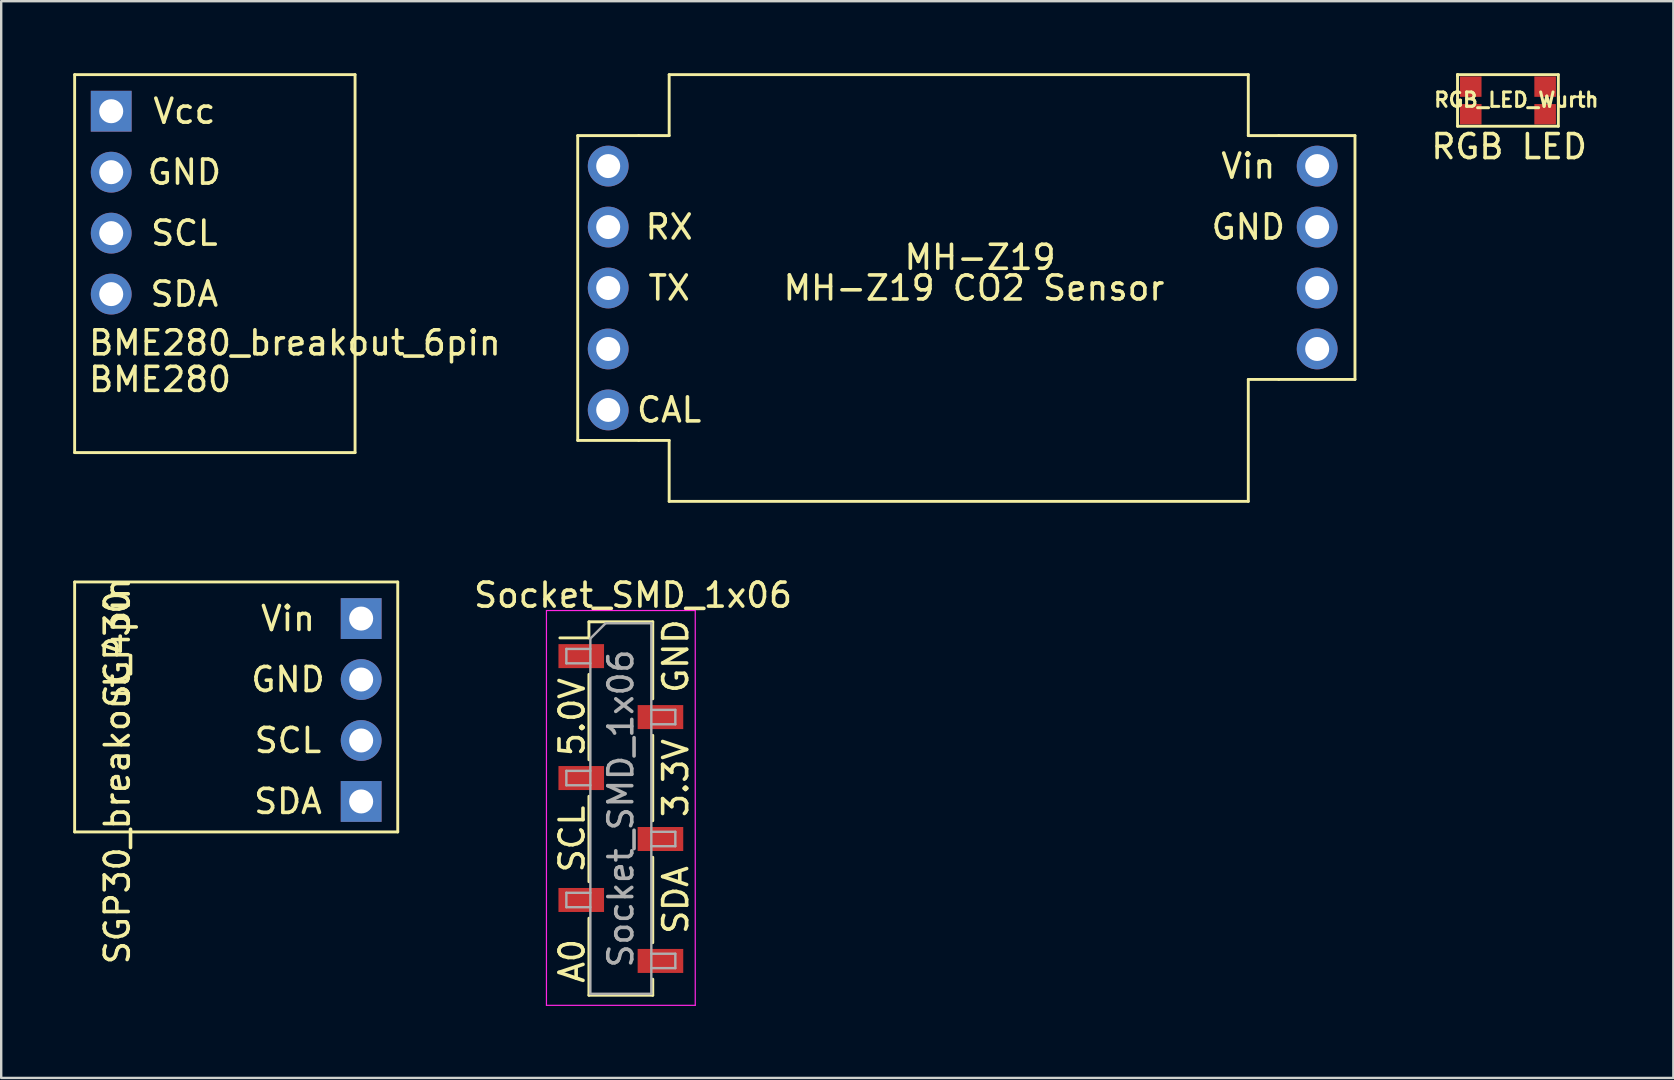
<source format=kicad_pcb>
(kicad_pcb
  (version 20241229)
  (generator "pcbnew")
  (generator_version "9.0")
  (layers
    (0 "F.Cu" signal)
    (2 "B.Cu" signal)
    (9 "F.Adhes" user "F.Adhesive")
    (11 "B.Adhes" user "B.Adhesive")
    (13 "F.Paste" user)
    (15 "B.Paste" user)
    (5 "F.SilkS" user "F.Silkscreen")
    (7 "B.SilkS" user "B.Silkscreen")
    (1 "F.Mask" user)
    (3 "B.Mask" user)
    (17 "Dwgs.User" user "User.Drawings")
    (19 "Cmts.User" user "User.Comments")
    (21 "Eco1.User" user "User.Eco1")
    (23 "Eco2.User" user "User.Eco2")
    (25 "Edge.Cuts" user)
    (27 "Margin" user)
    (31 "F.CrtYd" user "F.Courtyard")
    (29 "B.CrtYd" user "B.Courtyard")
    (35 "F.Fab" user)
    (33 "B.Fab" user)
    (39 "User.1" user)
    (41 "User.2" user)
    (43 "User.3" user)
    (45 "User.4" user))
  (footprint "BME280_breakout_6pin"
    (layer "F.Cu")
    (at 0.568 10.22)
    (property "Reference" "BME280_breakout_6pin" (at 0 1.016 0) (layer "F.SilkS") (effects (font (size 1 1) (thickness 0.15)) (justify left)))
    (attr through_hole)
    (fp_line (start -0.508 -10.16) (end 11.176 -10.16) (stroke (width 0.12) (type solid)) (layer "F.SilkS"))
    (fp_line (start -0.508 5.588) (end -0.508 -10.16) (stroke (width 0.12) (type solid)) (layer "F.SilkS"))
    (fp_line (start 11.176 -10.16) (end 11.176 5.588) (stroke (width 0.12) (type solid)) (layer "F.SilkS"))
    (fp_line (start 11.176 5.588) (end -0.508 5.588) (stroke (width 0.12) (type solid)) (layer "F.SilkS"))
    (fp_text user "SCL" (at 4.064 -3.556 0) (layer "F.SilkS") (effects (font (size 1 1) (thickness 0.15))))
    (fp_text user "GND" (at 4.064 -6.096 0) (layer "F.SilkS") (effects (font (size 1 1) (thickness 0.15))))
    (fp_text user "Vcc" (at 4.064 -8.636 0) (layer "F.SilkS") (effects (font (size 1 1) (thickness 0.15))))
    (fp_text user "BME280" (at 0 2.54 0) (layer "F.SilkS") (effects (font (size 1 1) (thickness 0.15)) (justify left)))
    (fp_text user "SDA" (at 4.064 -1.016 0) (layer "F.SilkS") (effects (font (size 1 1) (thickness 0.15))))
    (pad "1" thru_hole rect (at 1.016 -8.636) (size 1.7 1.7) (drill 1) (layers "*.Cu" "*.Mask"))
    (pad "2" thru_hole oval (at 1.016 -6.096) (size 1.7 1.7) (drill 1) (layers "*.Cu" "*.Mask"))
    (pad "3" thru_hole oval (at 1.016 -3.556) (size 1.7 1.7) (drill 1) (layers "*.Cu" "*.Mask"))
    (pad "4" thru_hole oval (at 1.016 -1.016) (size 1.7 1.7) (drill 1) (layers "*.Cu" "*.Mask")))
  (footprint "MH-Z19"
    (layer "F.Cu")
    (at 22.291 3.87)
    (property "Reference" "MH-Z19" (at 15.494 3.802 0) (layer "F.SilkS") (effects (font (size 1 1) (thickness 0.15))))
    (attr through_hole)
    (fp_line (start -1.27 -1.27) (end -1.27 11.43) (stroke (width 0.12) (type solid)) (layer "F.SilkS"))
    (fp_line (start -1.27 11.43) (end 1.27 11.43) (stroke (width 0.12) (type solid)) (layer "F.SilkS"))
    (fp_line (start 1.27 -1.27) (end -1.27 -1.27) (stroke (width 0.12) (type solid)) (layer "F.SilkS"))
    (fp_line (start 1.27 11.43) (end 2.54 11.43) (stroke (width 0.12) (type solid)) (layer "F.SilkS"))
    (fp_line (start 2.54 -3.81) (end 2.54 -1.27) (stroke (width 0.12) (type solid)) (layer "F.SilkS"))
    (fp_line (start 2.54 -1.27) (end 1.27 -1.27) (stroke (width 0.12) (type solid)) (layer "F.SilkS"))
    (fp_line (start 2.54 11.43) (end 2.54 13.97) (stroke (width 0.12) (type solid)) (layer "F.SilkS"))
    (fp_line (start 2.54 13.97) (end 26.67 13.97) (stroke (width 0.12) (type solid)) (layer "F.SilkS"))
    (fp_line (start 26.67 -3.81) (end 2.54 -3.81) (stroke (width 0.12) (type solid)) (layer "F.SilkS"))
    (fp_line (start 26.67 -1.27) (end 26.67 -3.81) (stroke (width 0.12) (type solid)) (layer "F.SilkS"))
    (fp_line (start 26.67 8.89) (end 27.94 8.89) (stroke (width 0.12) (type solid)) (layer "F.SilkS"))
    (fp_line (start 26.67 13.97) (end 26.67 8.89) (stroke (width 0.12) (type solid)) (layer "F.SilkS"))
    (fp_line (start 27.94 -1.27) (end 26.67 -1.27) (stroke (width 0.12) (type solid)) (layer "F.SilkS"))
    (fp_line (start 27.94 -1.27) (end 31.115 -1.27) (stroke (width 0.12) (type solid)) (layer "F.SilkS"))
    (fp_line (start 31.115 -1.27) (end 31.115 8.89) (stroke (width 0.12) (type solid)) (layer "F.SilkS"))
    (fp_line (start 31.115 8.89) (end 27.94 8.89) (stroke (width 0.12) (type solid)) (layer "F.SilkS"))
    (fp_text user "GND" (at 26.67 2.54 0) (layer "F.SilkS") (effects (font (size 1 1) (thickness 0.15))))
    (fp_text user "RX" (at 2.54 2.54 0) (layer "F.SilkS") (effects (font (size 1 1) (thickness 0.15))))
    (fp_text user "Vin" (at 26.67 0 0) (layer "F.SilkS") (effects (font (size 1 1) (thickness 0.15))))
    (fp_text user "TX" (at 2.54 5.08 0) (layer "F.SilkS") (effects (font (size 1 1) (thickness 0.15))))
    (fp_text user "CAL" (at 2.54 10.16 0) (layer "F.SilkS") (effects (font (size 1 1) (thickness 0.15))))
    (fp_text user "MH-Z19 CO2 Sensor" (at 15.24 5.08 0) (layer "F.SilkS") (effects (font (size 1 1) (thickness 0.15))))
    (pad "1" thru_hole circle (at 0 0) (size 1.7 1.7) (drill 1) (layers "*.Cu" "*.Mask"))
    (pad "2" thru_hole circle (at 0 2.54) (size 1.7 1.7) (drill 1) (layers "*.Cu" "*.Mask"))
    (pad "3" thru_hole circle (at 0 5.08) (size 1.7 1.7) (drill 1) (layers "*.Cu" "*.Mask"))
    (pad "4" thru_hole circle (at 0 7.62) (size 1.7 1.7) (drill 1) (layers "*.Cu" "*.Mask"))
    (pad "5" thru_hole circle (at 0 10.16) (size 1.7 1.7) (drill 1) (layers "*.Cu" "*.Mask"))
    (pad "6" thru_hole circle (at 29.54 0) (size 1.7 1.7) (drill 1) (layers "*.Cu" "*.Mask"))
    (pad "7" thru_hole circle (at 29.54 2.54) (size 1.7 1.7) (drill 1) (layers "*.Cu" "*.Mask"))
    (pad "8" thru_hole circle (at 29.54 5.08) (size 1.7 1.7) (drill 1) (layers "*.Cu" "*.Mask"))
    (pad "9" thru_hole circle (at 29.54 7.62) (size 1.7 1.7) (drill 1) (layers "*.Cu" "*.Mask")))
  (footprint "SGP30_breakout_4pin"
    (layer "F.Cu")
    (at 11.998 22.723)
    (property "Reference" "SGP30_breakout_4pin" (at -10.16 6.35 90) (layer "F.SilkS") (effects (font (size 1 1) (thickness 0.15))))
    (attr through_hole)
    (fp_line (start -11.938 8.89) (end -11.938 -1.524) (stroke (width 0.12) (type solid)) (layer "F.SilkS"))
    (fp_line (start 1.524 -1.524) (end -11.938 -1.524) (stroke (width 0.12) (type solid)) (layer "F.SilkS"))
    (fp_line (start 1.524 -1.524) (end 1.524 8.89) (stroke (width 0.12) (type solid)) (layer "F.SilkS"))
    (fp_line (start 1.524 8.89) (end -11.938 8.89) (stroke (width 0.12) (type solid)) (layer "F.SilkS"))
    (fp_text user "GND" (at -3.048 2.54 0) (layer "F.SilkS") (effects (font (size 1 1) (thickness 0.15))))
    (fp_text user "SGP30" (at -10.16 1.27 90) (layer "F.SilkS") (effects (font (size 1 1) (thickness 0.15))))
    (fp_text user "SCL" (at -3.048 5.08 0) (layer "F.SilkS") (effects (font (size 1 1) (thickness 0.15))))
    (fp_text user "SDA" (at -3.048 7.62 0) (layer "F.SilkS") (effects (font (size 1 1) (thickness 0.15))))
    (fp_text user "Vin" (at -3.048 0 0) (layer "F.SilkS") (effects (font (size 1 1) (thickness 0.15))))
    (pad "1" thru_hole rect (at 0 0) (size 1.7 1.7) (drill 1) (layers "*.Cu" "*.Mask"))
    (pad "2" thru_hole circle (at 0 2.54) (size 1.7 1.7) (drill 1) (layers "*.Cu" "*.Mask"))
    (pad "3" thru_hole circle (at 0 5.08) (size 1.7 1.7) (drill 1) (layers "*.Cu" "*.Mask"))
    (pad "4" thru_hole rect (at 0 7.62) (size 1.7 1.7) (drill 1) (layers "*.Cu" "*.Mask")))
  (footprint "Socket_SMD_1x06"
    (layer "F.Cu")
    (at 23.326 29.368)
    (property "Reference" "Socket_SMD_1x06" (at 0 -7.62 0) (layer "F.SilkS") (effects (font (size 1 1) (thickness 0.15))))
    (attr through_hole)
    (fp_line (start -3.048 -5.84) (end -1.838 -5.84) (stroke (width 0.12) (type solid)) (layer "F.SilkS"))
    (fp_line (start -1.838 -6.51) (end -1.838 -5.84) (stroke (width 0.12) (type solid)) (layer "F.SilkS"))
    (fp_line (start -1.838 -6.51) (end 0.822 -6.51) (stroke (width 0.12) (type solid)) (layer "F.SilkS"))
    (fp_line (start -1.838 -4.32) (end -1.838 -0.76) (stroke (width 0.12) (type solid)) (layer "F.SilkS"))
    (fp_line (start -1.838 0.76) (end -1.838 4.32) (stroke (width 0.12) (type solid)) (layer "F.SilkS"))
    (fp_line (start -1.838 5.84) (end -1.838 9.05) (stroke (width 0.12) (type solid)) (layer "F.SilkS"))
    (fp_line (start -1.838 9.05) (end 0.822 9.05) (stroke (width 0.12) (type solid)) (layer "F.SilkS"))
    (fp_line (start 0.822 -6.51) (end 0.822 -3.3) (stroke (width 0.12) (type solid)) (layer "F.SilkS"))
    (fp_line (start 0.822 -1.78) (end 0.822 1.78) (stroke (width 0.12) (type solid)) (layer "F.SilkS"))
    (fp_line (start 0.822 3.3) (end 0.822 6.86) (stroke (width 0.12) (type solid)) (layer "F.SilkS"))
    (fp_line (start 0.822 8.38) (end 0.822 9.05) (stroke (width 0.12) (type solid)) (layer "F.SilkS"))
    (fp_line (start -3.608 -6.98) (end 2.592 -6.98) (stroke (width 0.05) (type solid)) (layer "F.CrtYd"))
    (fp_line (start -3.608 9.47) (end -3.608 -6.98) (stroke (width 0.05) (type solid)) (layer "F.CrtYd"))
    (fp_line (start 2.592 -6.98) (end 2.592 9.47) (stroke (width 0.05) (type solid)) (layer "F.CrtYd"))
    (fp_line (start 2.592 9.47) (end -3.608 9.47) (stroke (width 0.05) (type solid)) (layer "F.CrtYd"))
    (fp_line (start -2.778 -5.38) (end -1.778 -5.38) (stroke (width 0.1) (type solid)) (layer "F.Fab"))
    (fp_line (start -2.778 -4.78) (end -2.778 -5.38) (stroke (width 0.1) (type solid)) (layer "F.Fab"))
    (fp_line (start -2.778 -0.3) (end -1.778 -0.3) (stroke (width 0.1) (type solid)) (layer "F.Fab"))
    (fp_line (start -2.778 0.3) (end -2.778 -0.3) (stroke (width 0.1) (type solid)) (layer "F.Fab"))
    (fp_line (start -2.778 4.78) (end -1.778 4.78) (stroke (width 0.1) (type solid)) (layer "F.Fab"))
    (fp_line (start -2.778 5.38) (end -2.778 4.78) (stroke (width 0.1) (type solid)) (layer "F.Fab"))
    (fp_line (start -1.778 -5.815) (end -1.143 -6.45) (stroke (width 0.1) (type solid)) (layer "F.Fab"))
    (fp_line (start -1.778 -4.78) (end -2.778 -4.78) (stroke (width 0.1) (type solid)) (layer "F.Fab"))
    (fp_line (start -1.778 0.3) (end -2.778 0.3) (stroke (width 0.1) (type solid)) (layer "F.Fab"))
    (fp_line (start -1.778 5.38) (end -2.778 5.38) (stroke (width 0.1) (type solid)) (layer "F.Fab"))
    (fp_line (start -1.778 8.99) (end -1.778 -5.815) (stroke (width 0.1) (type solid)) (layer "F.Fab"))
    (fp_line (start -1.143 -6.45) (end 0.762 -6.45) (stroke (width 0.1) (type solid)) (layer "F.Fab"))
    (fp_line (start 0.762 -6.45) (end 0.762 8.99) (stroke (width 0.1) (type solid)) (layer "F.Fab"))
    (fp_line (start 0.762 -2.84) (end 1.762 -2.84) (stroke (width 0.1) (type solid)) (layer "F.Fab"))
    (fp_line (start 0.762 2.24) (end 1.762 2.24) (stroke (width 0.1) (type solid)) (layer "F.Fab"))
    (fp_line (start 0.762 7.32) (end 1.762 7.32) (stroke (width 0.1) (type solid)) (layer "F.Fab"))
    (fp_line (start 0.762 8.99) (end -1.778 8.99) (stroke (width 0.1) (type solid)) (layer "F.Fab"))
    (fp_line (start 1.762 -2.84) (end 1.762 -2.24) (stroke (width 0.1) (type solid)) (layer "F.Fab"))
    (fp_line (start 1.762 -2.24) (end 0.762 -2.24) (stroke (width 0.1) (type solid)) (layer "F.Fab"))
    (fp_line (start 1.762 2.24) (end 1.762 2.84) (stroke (width 0.1) (type solid)) (layer "F.Fab"))
    (fp_line (start 1.762 2.84) (end 0.762 2.84) (stroke (width 0.1) (type solid)) (layer "F.Fab"))
    (fp_line (start 1.762 7.32) (end 1.762 7.92) (stroke (width 0.1) (type solid)) (layer "F.Fab"))
    (fp_line (start 1.762 7.92) (end 0.762 7.92) (stroke (width 0.1) (type solid)) (layer "F.Fab"))
    (fp_text user "5.0V" (at -2.54 -2.54 90) (layer "F.SilkS") (effects (font (size 1 1) (thickness 0.15))))
    (fp_text user "GND" (at 1.778 -5.08 90) (layer "F.SilkS") (effects (font (size 1 1) (thickness 0.15))))
    (fp_text user "3.3V" (at 1.778 0 90) (layer "F.SilkS") (effects (font (size 1 1) (thickness 0.15))))
    (fp_text user "A0" (at -2.54 7.62 90) (layer "F.SilkS") (effects (font (size 1 1) (thickness 0.15))))
    (fp_text user "SCL" (at -2.54 2.54 90) (layer "F.SilkS") (effects (font (size 1 1) (thickness 0.15))))
    (fp_text user "SDA" (at 1.778 5.08 90) (layer "F.SilkS") (effects (font (size 1 1) (thickness 0.15))))
    (fp_text user "${REFERENCE}" (at -0.508 1.27 90) (layer "F.Fab") (effects (font (size 1 1) (thickness 0.15))))
    (pad "1" smd rect (at -2.158 -5.08) (size 1.9 1) (layers "F.Cu" "F.Mask" "F.Paste"))
    (pad "2" smd rect (at 1.142 -2.54) (size 1.9 1) (layers "F.Cu" "F.Mask" "F.Paste"))
    (pad "3" smd rect (at -2.158 0) (size 1.9 1) (layers "F.Cu" "F.Mask" "F.Paste"))
    (pad "4" smd rect (at 1.142 2.54) (size 1.9 1) (layers "F.Cu" "F.Mask" "F.Paste"))
    (pad "5" smd rect (at -2.158 5.08) (size 1.9 1) (layers "F.Cu" "F.Mask" "F.Paste"))
    (pad "6" smd rect (at 1.142 7.62) (size 1.9 1) (layers "F.Cu" "F.Mask" "F.Paste")))
  (footprint "RGB_LED_Wurth"
    (layer "F.Cu")
    (at 58.229 0.46)
    (property "Reference" "RGB_LED_Wurth" (at 1.9 0.65 0) (layer "F.SilkS") (effects (font (size 0.6 0.6) (thickness 0.125))))
    (attr through_hole)
    (fp_line (start -0.55 -0.4) (end 3.65 -0.4) (stroke (width 0.12) (type solid)) (layer "F.SilkS"))
    (fp_line (start -0.55 -0.35) (end -0.55 -0.4) (stroke (width 0.12) (type solid)) (layer "F.SilkS"))
    (fp_line (start -0.55 1.75) (end -0.55 -0.4) (stroke (width 0.12) (type solid)) (layer "F.SilkS"))
    (fp_line (start 3.65 -0.4) (end 3.65 1.75) (stroke (width 0.12) (type solid)) (layer "F.SilkS"))
    (fp_line (start 3.65 1.75) (end -0.55 1.75) (stroke (width 0.12) (type solid)) (layer "F.SilkS"))
    (fp_text user "RGB LED" (at 1.6 2.6 0) (layer "F.SilkS") (effects (font (size 1 1) (thickness 0.15))))
    (pad "1" smd rect (at 0 1.25) (size 0.9 0.85) (layers "F.Cu" "F.Mask" "F.Paste"))
    (pad "2" smd rect (at 0 0.1) (size 0.9 0.85) (layers "F.Cu" "F.Mask" "F.Paste"))
    (pad "3" smd rect (at 3.1 0.1) (size 0.9 0.85) (layers "F.Cu" "F.Mask" "F.Paste"))
    (pad "4" smd rect (at 3.1 1.25) (size 0.9 0.85) (layers "F.Cu" "F.Mask" "F.Paste")))
  (gr_rect
    (start -3 -3)
    (end 66.671 41.863)
    (stroke (width 0.1) (type default))
    (fill no)
    (layer "Edge.Cuts")))
</source>
